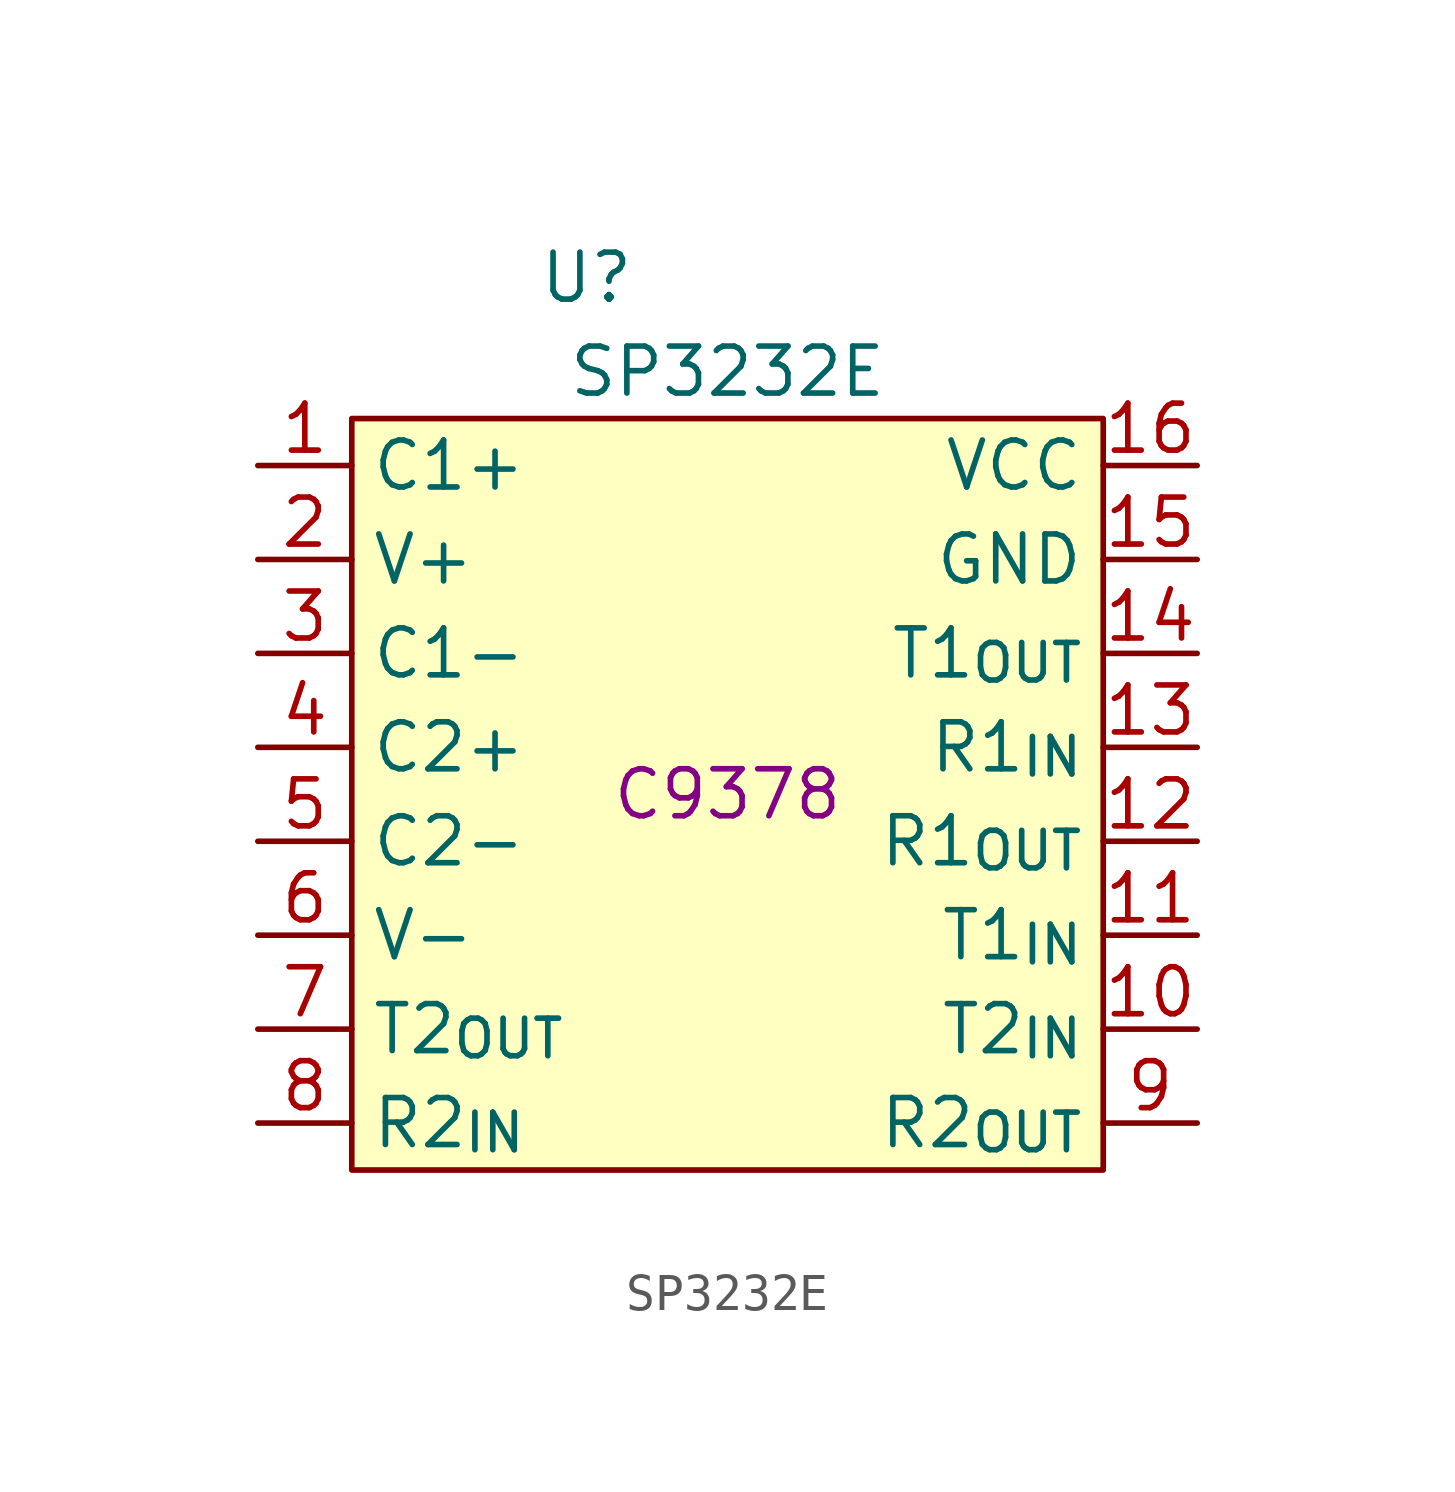
<source format=kicad_sym>
(kicad_symbol_lib
  (version 20231120)
  (generator "kicad_symbol_editor")
  (generator_version "8.0")
  (symbol "SP3232E"
    (property "Reference" "U"
      (at -3.81 13.97 0)
      (effects (font (size 1.27 1.27))))
    (property "Value" "SP3232E"
      (at 0 11.43 0)
      (effects (font (size 1.27 1.27))))
    (property "LCSC Part" "C9378"
      (at 0 0 0)
      (effects (font (size 1.27 1.27))))
    (symbol "SP3232E_0_1"
      (rectangle (start -10.16 10.16) (end 10.16 -10.16) (stroke (width 0) (type default)) (fill (type background))))
    (symbol "SP3232E_1_1"
      (pin passive line (at -12.7 8.89 0) (length 2.54) (name "C1+" (effects (font (size 1.27 1.27)))) (number "1" (effects (font (size 1.27 1.27)))))
      (pin input line (at 12.7 -6.35 180) (length 2.54) (name "T2_{IN}" (effects (font (size 1.27 1.27)))) (number "10" (effects (font (size 1.27 1.27)))))
      (pin input line (at 12.7 -3.81 180) (length 2.54) (name "T1_{IN}" (effects (font (size 1.27 1.27)))) (number "11" (effects (font (size 1.27 1.27)))))
      (pin output line (at 12.7 -1.27 180) (length 2.54) (name "R1_{OUT}" (effects (font (size 1.27 1.27)))) (number "12" (effects (font (size 1.27 1.27)))))
      (pin input line (at 12.7 1.27 180) (length 2.54) (name "R1_{IN}" (effects (font (size 1.27 1.27)))) (number "13" (effects (font (size 1.27 1.27)))))
      (pin output line (at 12.7 3.81 180) (length 2.54) (name "T1_{OUT}" (effects (font (size 1.27 1.27)))) (number "14" (effects (font (size 1.27 1.27)))))
      (pin power_in line (at 12.7 6.35 180) (length 2.54) (name "GND" (effects (font (size 1.27 1.27)))) (number "15" (effects (font (size 1.27 1.27)))))
      (pin power_in line (at 12.7 8.89 180) (length 2.54) (name "VCC" (effects (font (size 1.27 1.27)))) (number "16" (effects (font (size 1.27 1.27)))))
      (pin passive line (at -12.7 6.35 0) (length 2.54) (name "V+" (effects (font (size 1.27 1.27)))) (number "2" (effects (font (size 1.27 1.27)))))
      (pin passive line (at -12.7 3.81 0) (length 2.54) (name "C1-" (effects (font (size 1.27 1.27)))) (number "3" (effects (font (size 1.27 1.27)))))
      (pin passive line (at -12.7 1.27 0) (length 2.54) (name "C2+" (effects (font (size 1.27 1.27)))) (number "4" (effects (font (size 1.27 1.27)))))
      (pin passive line (at -12.7 -1.27 0) (length 2.54) (name "C2-" (effects (font (size 1.27 1.27)))) (number "5" (effects (font (size 1.27 1.27)))))
      (pin passive line (at -12.7 -3.81 0) (length 2.54) (name "V-" (effects (font (size 1.27 1.27)))) (number "6" (effects (font (size 1.27 1.27)))))
      (pin output line (at -12.7 -6.35 0) (length 2.54) (name "T2_{OUT}" (effects (font (size 1.27 1.27)))) (number "7" (effects (font (size 1.27 1.27)))))
      (pin input line (at -12.7 -8.89 0) (length 2.54) (name "R2_{IN}" (effects (font (size 1.27 1.27)))) (number "8" (effects (font (size 1.27 1.27)))))
      (pin output line (at 12.7 -8.89 180) (length 2.54) (name "R2_{OUT}" (effects (font (size 1.27 1.27)))) (number "9" (effects (font (size 1.27 1.27))))))))
</source>
